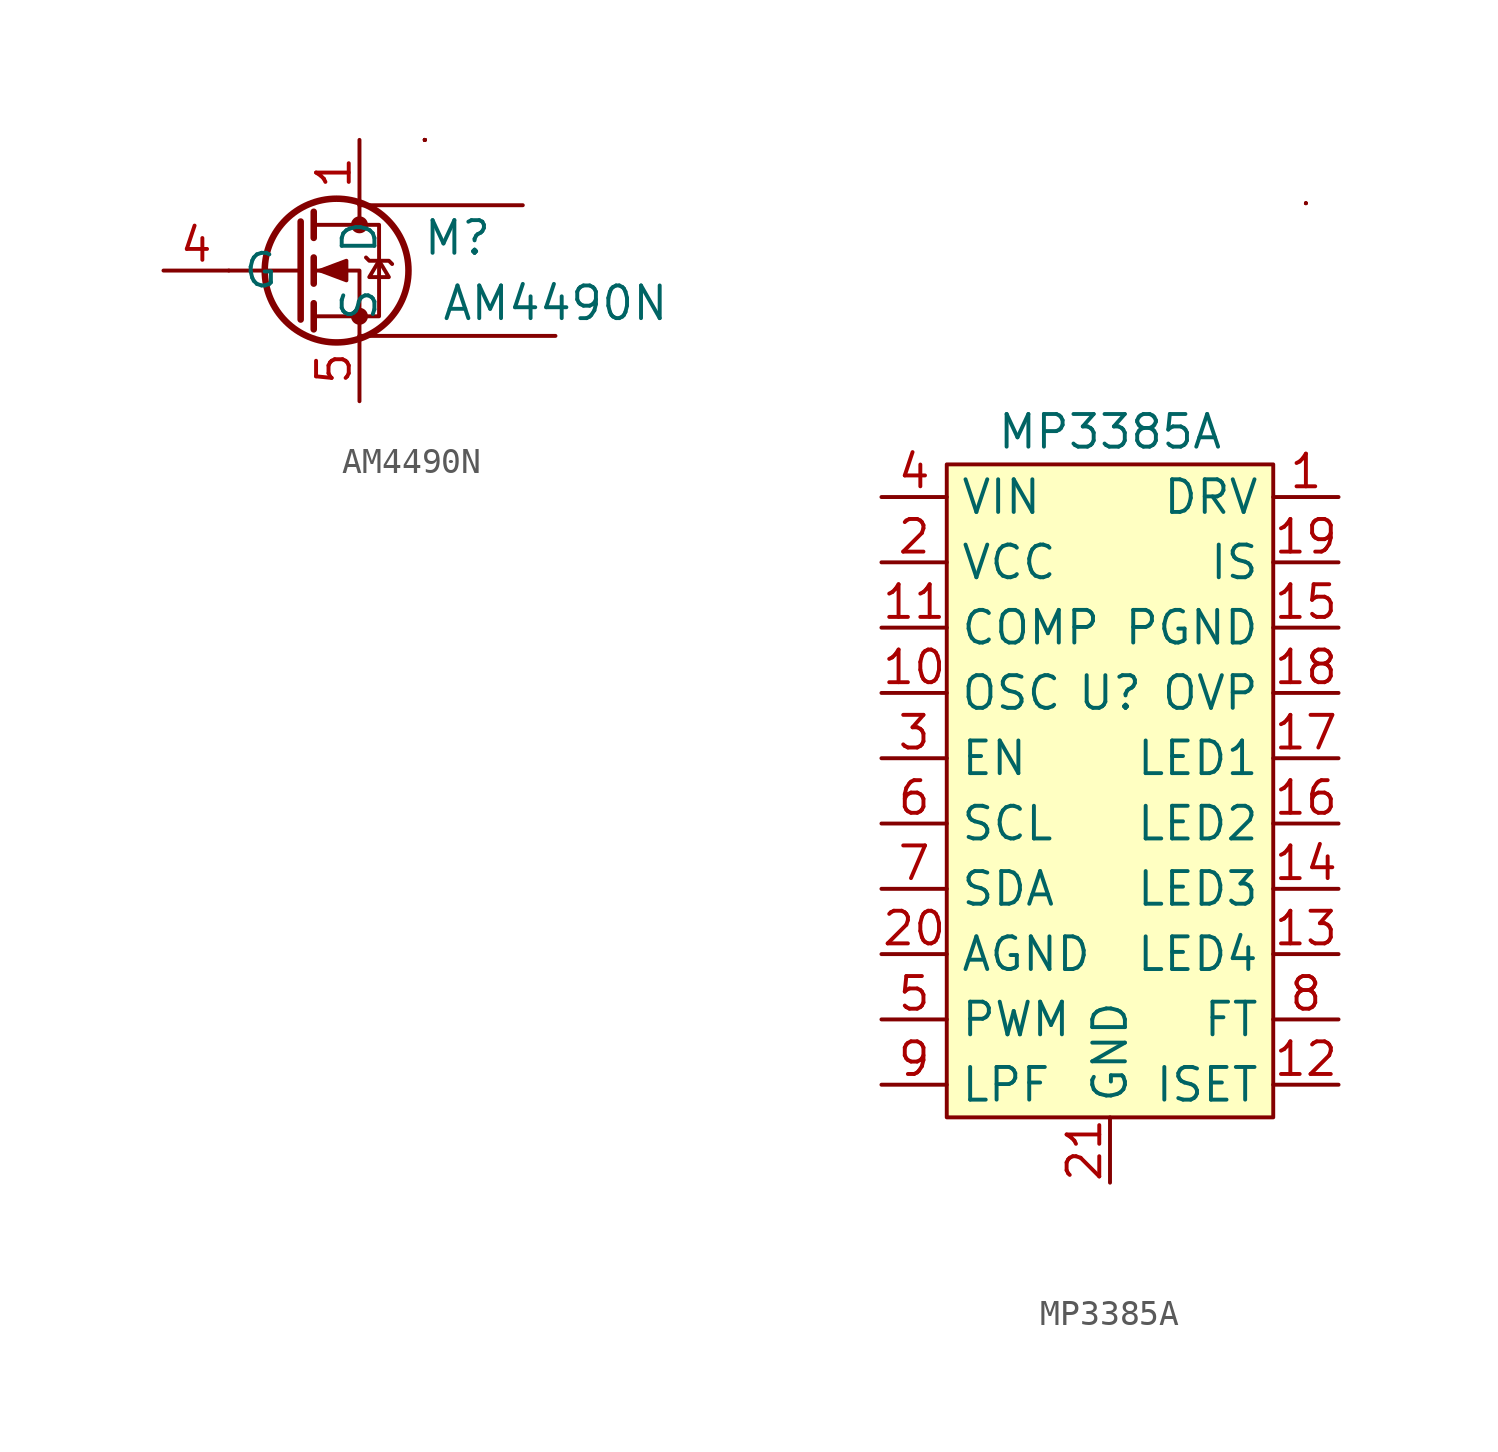
<source format=kicad_sym>
(kicad_symbol_lib
  (version 20211014)
  (generator kicad_symbol_editor)
  (symbol "AM4490N"
    (property "Reference" "M"
      (at 5.08 1.27 0)
      (effects (font (size 1.27 1.27))))
    (property "Value" "AM4490N"
      (at 8.89 -1.27 0)
      (effects (font (size 1.27 1.27))))
    (symbol "AM4490N_0_0"
      (pin passive line (at 1.27 5.08 270) (length 2.54) (name "D" (effects (font (size 1.27 1.27)))) (number "1" (effects (font (size 1.27 1.27))))))
    (symbol "AM4490N_0_1"
      (polyline (pts (xy -1.016 0) (xy -3.81 0)) (stroke (width 0) (type default) (color 0 0 0 0)) (fill (type none)))
      (polyline (pts (xy -1.016 1.905) (xy -1.016 -1.905)) (stroke (width 0.254) (type default) (color 0 0 0 0)) (fill (type none)))
      (polyline (pts (xy -0.508 -1.27) (xy -0.508 -2.286)) (stroke (width 0.254) (type default) (color 0 0 0 0)) (fill (type none)))
      (polyline (pts (xy -0.508 0.508) (xy -0.508 -0.508)) (stroke (width 0.254) (type default) (color 0 0 0 0)) (fill (type none)))
      (polyline (pts (xy -0.508 2.286) (xy -0.508 1.27)) (stroke (width 0.254) (type default) (color 0 0 0 0)) (fill (type none)))
      (polyline (pts (xy 1.27 2.54) (xy 1.27 1.778)) (stroke (width 0) (type default) (color 0 0 0 0)) (fill (type none)))
      (polyline (pts (xy 3.81 5.08) (xy 3.81 5.08)) (stroke (width 0.152) (type default) (color 0 0 0 0)) (fill (type none)))
      (polyline (pts (xy 3.81 5.08) (xy 3.81 5.08)) (stroke (width 0.152) (type default) (color 0 0 0 0)) (fill (type none)))
      (polyline (pts (xy 3.81 5.08) (xy 3.81 5.08)) (stroke (width 0.152) (type default) (color 0 0 0 0)) (fill (type none)))
      (polyline (pts (xy 3.81 5.08) (xy 3.81 5.08)) (stroke (width 0.152) (type default) (color 0 0 0 0)) (fill (type none)))
      (polyline (pts (xy 3.81 5.08) (xy 3.81 5.08)) (stroke (width 0.152) (type default) (color 0 0 0 0)) (fill (type none)))
      (polyline (pts (xy 3.81 5.08) (xy 3.81 5.08)) (stroke (width 0.152) (type default) (color 0 0 0 0)) (fill (type none)))
      (polyline (pts (xy 3.81 5.08) (xy 3.81 5.08)) (stroke (width 0.152) (type default) (color 0 0 0 0)) (fill (type none)))
      (polyline (pts (xy 1.27 -2.54) (xy 1.27 0) (xy -0.508 0)) (stroke (width 0) (type default) (color 0 0 0 0)) (fill (type none)))
      (polyline (pts (xy 7.62 2.54) (xy 5.08 2.54) (xy 1.27 2.54)) (stroke (width 0.152) (type default) (color 0 0 0 0)) (fill (type none)))
      (polyline (pts (xy -0.508 -1.778) (xy 2.032 -1.778) (xy 2.032 1.778) (xy -0.508 1.778)) (stroke (width 0) (type default) (color 0 0 0 0)) (fill (type none)))
      (polyline (pts (xy -0.254 0) (xy 0.762 0.381) (xy 0.762 -0.381) (xy -0.254 0)) (stroke (width 0) (type default) (color 0 0 0 0)) (fill (type outline)))
      (polyline (pts (xy 1.524 0.508) (xy 1.651 0.381) (xy 2.413 0.381) (xy 2.54 0.254)) (stroke (width 0) (type default) (color 0 0 0 0)) (fill (type none)))
      (polyline (pts (xy 2.032 0.381) (xy 1.651 -0.254) (xy 2.413 -0.254) (xy 2.032 0.381)) (stroke (width 0) (type default) (color 0 0 0 0)) (fill (type none)))
      (polyline (pts (xy 8.89 -2.54) (xy 6.35 -2.54) (xy 3.81 -2.54) (xy 1.27 -2.54)) (stroke (width 0.152) (type default) (color 0 0 0 0)) (fill (type none)))
      (circle (center 0.381 0) (radius 2.794) (stroke (width 0.254) (type default) (color 0 0 0 0)) (fill (type none)))
      (circle (center 1.27 -1.778) (radius 0.254) (stroke (width 0) (type default) (color 0 0 0 0)) (fill (type outline)))
      (circle (center 1.27 1.778) (radius 0.254) (stroke (width 0) (type default) (color 0 0 0 0)) (fill (type outline))))
    (symbol "AM4490N_1_0"
      (pin passive line (at 3.81 -5.08 90) (length 2.54) hide (name "S" (effects (font (size 1.27 1.27)))) (number "6" (effects (font (size 1.27 1.27))))))
    (symbol "AM4490N_1_1"
      (pin passive line (at 5.08 5.08 270) (length 2.54) hide (name "D" (effects (font (size 1.27 1.27)))) (number "2" (effects (font (size 1.27 1.27)))))
      (pin passive line (at 7.62 5.08 270) (length 2.54) hide (name "D" (effects (font (size 1.27 1.27)))) (number "3" (effects (font (size 1.27 1.27)))))
      (pin input line (at -6.35 0 0) (length 2.54) (name "G" (effects (font (size 1.27 1.27)))) (number "4" (effects (font (size 1.27 1.27)))))
      (pin passive line (at 1.27 -5.08 90) (length 2.54) (name "S" (effects (font (size 1.27 1.27)))) (number "5" (effects (font (size 1.27 1.27)))))
      (pin passive line (at 6.35 -5.08 90) (length 2.54) hide (name "S" (effects (font (size 1.27 1.27)))) (number "7" (effects (font (size 1.27 1.27)))))
      (pin passive line (at 8.89 -5.08 90) (length 2.54) hide (name "S" (effects (font (size 1.27 1.27)))) (number "8" (effects (font (size 1.27 1.27)))))))
  (symbol "MP3385A"
    (property "Reference" "U"
      (at 0 0 0)
      (effects (font (size 1.27 1.27))))
    (property "Value" "MP3385A"
      (at 0 10.16 0)
      (effects (font (size 1.27 1.27))))
    (symbol "MP3385A_0_1"
      (rectangle (start -6.35 8.89) (end 6.35 -16.51) (stroke (width 0.152) (type default) (color 0 0 0 0)) (fill (type background)))
      (polyline (pts (xy 7.62 19.05) (xy 7.62 19.05)) (stroke (width 0.152) (type default) (color 0 0 0 0)) (fill (type none)))
      (rectangle (start 7.62 19.05) (end 7.62 19.05) (stroke (width 0.152) (type default) (color 0 0 0 0)) (fill (type none)))
      (rectangle (start 7.62 19.05) (end 7.62 19.05) (stroke (width 0.152) (type default) (color 0 0 0 0)) (fill (type none))))
    (symbol "MP3385A_1_1"
      (pin output line (at 8.89 7.62 180) (length 2.54) (name "DRV" (effects (font (size 1.27 1.27)))) (number "1" (effects (font (size 1.27 1.27)))))
      (pin input line (at -8.89 0 0) (length 2.54) (name "OSC" (effects (font (size 1.27 1.27)))) (number "10" (effects (font (size 1.27 1.27)))))
      (pin input line (at -8.89 2.54 0) (length 2.54) (name "COMP" (effects (font (size 1.27 1.27)))) (number "11" (effects (font (size 1.27 1.27)))))
      (pin input line (at 8.89 -15.24 180) (length 2.54) (name "ISET" (effects (font (size 1.27 1.27)))) (number "12" (effects (font (size 1.27 1.27)))))
      (pin output line (at 8.89 -10.16 180) (length 2.54) (name "LED4" (effects (font (size 1.27 1.27)))) (number "13" (effects (font (size 1.27 1.27)))))
      (pin output line (at 8.89 -7.62 180) (length 2.54) (name "LED3" (effects (font (size 1.27 1.27)))) (number "14" (effects (font (size 1.27 1.27)))))
      (pin power_in line (at 8.89 2.54 180) (length 2.54) (name "PGND" (effects (font (size 1.27 1.27)))) (number "15" (effects (font (size 1.27 1.27)))))
      (pin output line (at 8.89 -5.08 180) (length 2.54) (name "LED2" (effects (font (size 1.27 1.27)))) (number "16" (effects (font (size 1.27 1.27)))))
      (pin output line (at 8.89 -2.54 180) (length 2.54) (name "LED1" (effects (font (size 1.27 1.27)))) (number "17" (effects (font (size 1.27 1.27)))))
      (pin input line (at 8.89 0 180) (length 2.54) (name "OVP" (effects (font (size 1.27 1.27)))) (number "18" (effects (font (size 1.27 1.27)))))
      (pin input line (at 8.89 5.08 180) (length 2.54) (name "IS" (effects (font (size 1.27 1.27)))) (number "19" (effects (font (size 1.27 1.27)))))
      (pin power_out line (at -8.89 5.08 0) (length 2.54) (name "VCC" (effects (font (size 1.27 1.27)))) (number "2" (effects (font (size 1.27 1.27)))))
      (pin power_in line (at -8.89 -10.16 0) (length 2.54) (name "AGND" (effects (font (size 1.27 1.27)))) (number "20" (effects (font (size 1.27 1.27)))))
      (pin power_in line (at 0 -19.05 90) (length 2.54) (name "GND" (effects (font (size 1.27 1.27)))) (number "21" (effects (font (size 1.27 1.27)))))
      (pin input line (at -8.89 -2.54 0) (length 2.54) (name "EN" (effects (font (size 1.27 1.27)))) (number "3" (effects (font (size 1.27 1.27)))))
      (pin power_in line (at -8.89 7.62 0) (length 2.54) (name "VIN" (effects (font (size 1.27 1.27)))) (number "4" (effects (font (size 1.27 1.27)))))
      (pin input line (at -8.89 -12.7 0) (length 2.54) (name "PWM" (effects (font (size 1.27 1.27)))) (number "5" (effects (font (size 1.27 1.27)))))
      (pin input line (at -8.89 -5.08 0) (length 2.54) (name "SCL" (effects (font (size 1.27 1.27)))) (number "6" (effects (font (size 1.27 1.27)))))
      (pin input line (at -8.89 -7.62 0) (length 2.54) (name "SDA" (effects (font (size 1.27 1.27)))) (number "7" (effects (font (size 1.27 1.27)))))
      (pin input line (at 8.89 -12.7 180) (length 2.54) (name "FT" (effects (font (size 1.27 1.27)))) (number "8" (effects (font (size 1.27 1.27)))))
      (pin input line (at -8.89 -15.24 0) (length 2.54) (name "LPF" (effects (font (size 1.27 1.27)))) (number "9" (effects (font (size 1.27 1.27))))))))
</source>
